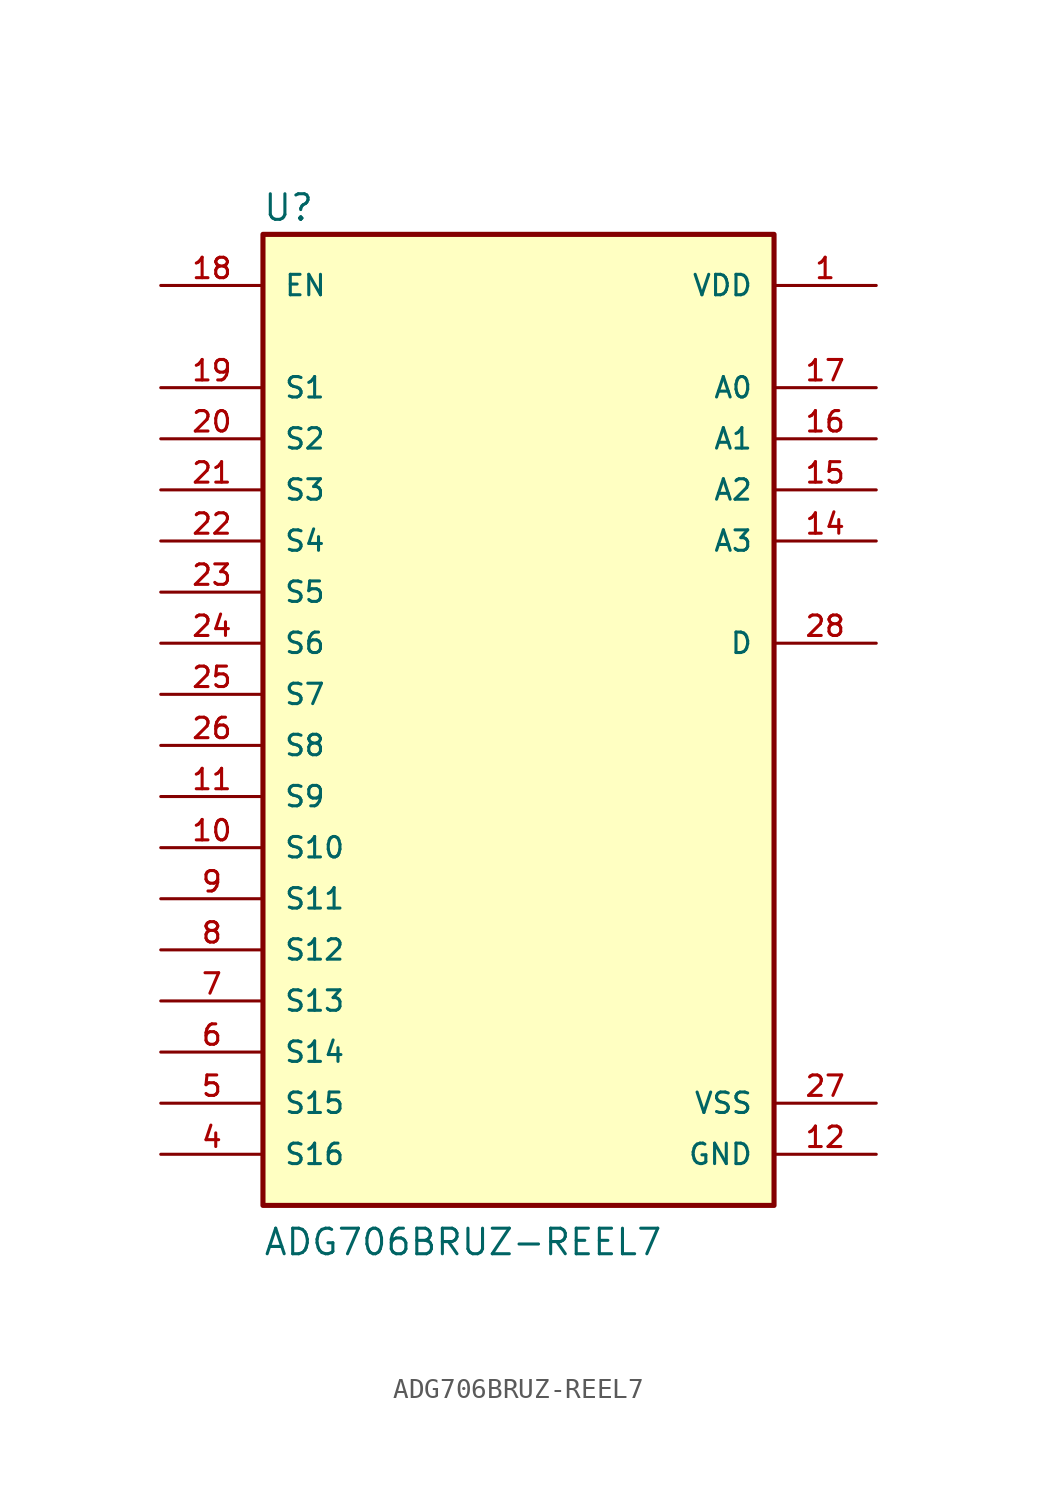
<source format=kicad_sym>
(kicad_symbol_lib
  (version 20211014)
  (generator kicad_symbol_editor)
  (symbol "ADG706BRUZ-REEL7"
    (pin_names
      (offset 1.016))
    (property "Reference" "U"
      (at -12.738 25.984 0)
      (effects (font (size 1.27 1.27)) (justify bottom left)))
    (property "Value" "ADG706BRUZ-REEL7"
      (at -12.713 -25.426 0)
      (effects (font (size 1.27 1.27)) (justify bottom left)))
    (symbol "ADG706BRUZ-REEL7_0_0"
      (rectangle (start -12.7 -22.86) (end 12.7 25.4) (stroke (width 0.254)) (fill (type background)))
      (pin power_in line (at 17.78 22.86 180.0) (length 5.08) (name "VDD" (effects (font (size 1.016 1.016)))) (number "1" (effects (font (size 1.016 1.016)))))
      (pin power_in line (at 17.78 -20.32 180.0) (length 5.08) (name "GND" (effects (font (size 1.016 1.016)))) (number "12" (effects (font (size 1.016 1.016)))))
      (pin input line (at -17.78 22.86 0) (length 5.08) (name "EN" (effects (font (size 1.016 1.016)))) (number "18" (effects (font (size 1.016 1.016)))))
      (pin bidirectional line (at -17.78 17.78 0) (length 5.08) (name "S1" (effects (font (size 1.016 1.016)))) (number "19" (effects (font (size 1.016 1.016)))))
      (pin bidirectional line (at -17.78 15.24 0) (length 5.08) (name "S2" (effects (font (size 1.016 1.016)))) (number "20" (effects (font (size 1.016 1.016)))))
      (pin bidirectional line (at -17.78 12.7 0) (length 5.08) (name "S3" (effects (font (size 1.016 1.016)))) (number "21" (effects (font (size 1.016 1.016)))))
      (pin bidirectional line (at -17.78 10.16 0) (length 5.08) (name "S4" (effects (font (size 1.016 1.016)))) (number "22" (effects (font (size 1.016 1.016)))))
      (pin bidirectional line (at -17.78 7.62 0) (length 5.08) (name "S5" (effects (font (size 1.016 1.016)))) (number "23" (effects (font (size 1.016 1.016)))))
      (pin bidirectional line (at -17.78 5.08 0) (length 5.08) (name "S6" (effects (font (size 1.016 1.016)))) (number "24" (effects (font (size 1.016 1.016)))))
      (pin bidirectional line (at -17.78 2.54 0) (length 5.08) (name "S7" (effects (font (size 1.016 1.016)))) (number "25" (effects (font (size 1.016 1.016)))))
      (pin bidirectional line (at -17.78 0.0 0) (length 5.08) (name "S8" (effects (font (size 1.016 1.016)))) (number "26" (effects (font (size 1.016 1.016)))))
      (pin bidirectional line (at -17.78 -2.54 0) (length 5.08) (name "S9" (effects (font (size 1.016 1.016)))) (number "11" (effects (font (size 1.016 1.016)))))
      (pin bidirectional line (at -17.78 -5.08 0) (length 5.08) (name "S10" (effects (font (size 1.016 1.016)))) (number "10" (effects (font (size 1.016 1.016)))))
      (pin bidirectional line (at -17.78 -7.62 0) (length 5.08) (name "S11" (effects (font (size 1.016 1.016)))) (number "9" (effects (font (size 1.016 1.016)))))
      (pin bidirectional line (at -17.78 -10.16 0) (length 5.08) (name "S12" (effects (font (size 1.016 1.016)))) (number "8" (effects (font (size 1.016 1.016)))))
      (pin bidirectional line (at -17.78 -12.7 0) (length 5.08) (name "S13" (effects (font (size 1.016 1.016)))) (number "7" (effects (font (size 1.016 1.016)))))
      (pin bidirectional line (at -17.78 -15.24 0) (length 5.08) (name "S14" (effects (font (size 1.016 1.016)))) (number "6" (effects (font (size 1.016 1.016)))))
      (pin bidirectional line (at -17.78 -17.78 0) (length 5.08) (name "S15" (effects (font (size 1.016 1.016)))) (number "5" (effects (font (size 1.016 1.016)))))
      (pin bidirectional line (at -17.78 -20.32 0) (length 5.08) (name "S16" (effects (font (size 1.016 1.016)))) (number "4" (effects (font (size 1.016 1.016)))))
      (pin input line (at 17.78 17.78 180.0) (length 5.08) (name "A0" (effects (font (size 1.016 1.016)))) (number "17" (effects (font (size 1.016 1.016)))))
      (pin input line (at 17.78 15.24 180.0) (length 5.08) (name "A1" (effects (font (size 1.016 1.016)))) (number "16" (effects (font (size 1.016 1.016)))))
      (pin input line (at 17.78 12.7 180.0) (length 5.08) (name "A2" (effects (font (size 1.016 1.016)))) (number "15" (effects (font (size 1.016 1.016)))))
      (pin input line (at 17.78 10.16 180.0) (length 5.08) (name "A3" (effects (font (size 1.016 1.016)))) (number "14" (effects (font (size 1.016 1.016)))))
      (pin bidirectional line (at 17.78 5.08 180.0) (length 5.08) (name "D" (effects (font (size 1.016 1.016)))) (number "28" (effects (font (size 1.016 1.016)))))
      (pin power_in line (at 17.78 -17.78 180.0) (length 5.08) (name "VSS" (effects (font (size 1.016 1.016)))) (number "27" (effects (font (size 1.016 1.016))))))))
</source>
